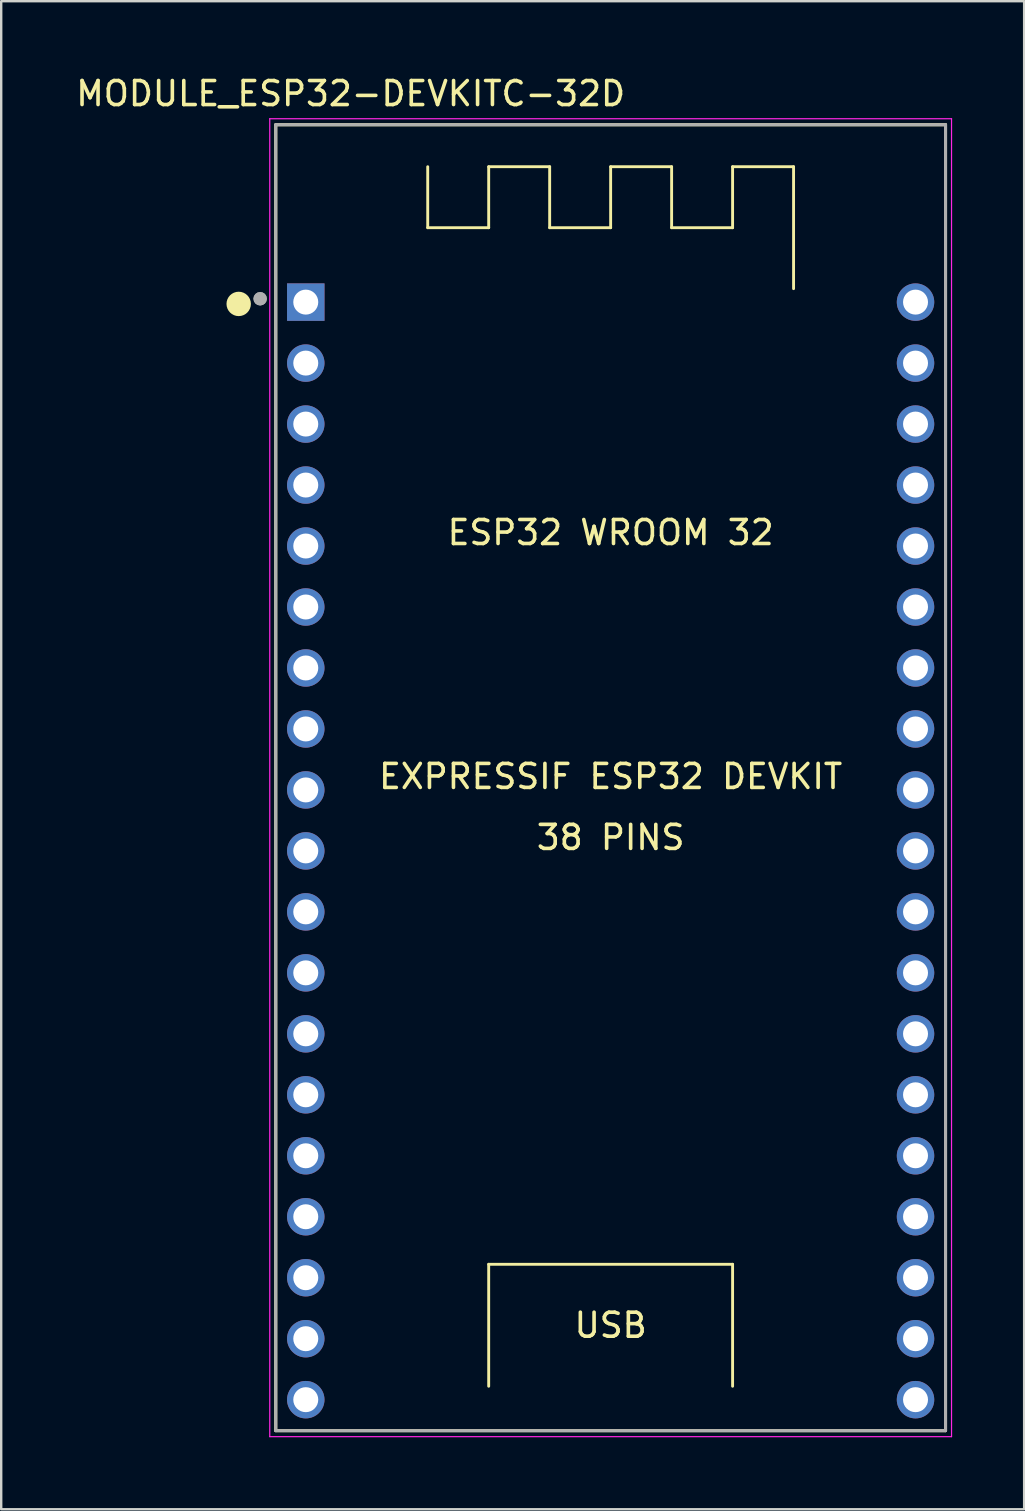
<source format=kicad_pcb>
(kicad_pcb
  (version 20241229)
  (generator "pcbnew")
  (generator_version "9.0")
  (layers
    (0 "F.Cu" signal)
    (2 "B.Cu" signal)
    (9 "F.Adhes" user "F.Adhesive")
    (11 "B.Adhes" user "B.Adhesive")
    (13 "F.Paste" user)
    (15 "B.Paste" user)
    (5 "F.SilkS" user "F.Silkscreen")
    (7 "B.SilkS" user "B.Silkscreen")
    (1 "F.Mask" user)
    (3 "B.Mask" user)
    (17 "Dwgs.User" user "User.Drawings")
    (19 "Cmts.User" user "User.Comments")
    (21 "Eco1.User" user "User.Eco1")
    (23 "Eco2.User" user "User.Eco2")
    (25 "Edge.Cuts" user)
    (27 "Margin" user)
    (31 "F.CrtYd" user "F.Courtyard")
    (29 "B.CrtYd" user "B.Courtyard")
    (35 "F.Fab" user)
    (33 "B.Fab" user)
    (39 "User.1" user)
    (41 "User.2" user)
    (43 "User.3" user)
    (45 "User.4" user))
  (footprint "MODULE_ESP32-DEVKITC-32D"
    (layer "F.Cu")
    (at 22.387 29.295)
    (property "Reference" "MODULE_ESP32-DEVKITC-32D" (at -10.829 -28.446 0) (layer "F.SilkS") (effects (font (size 1 1) (thickness 0.15))))
    (attr through_hole)
    (fp_line (start -13.95 -27.15) (end 13.95 -27.15) (stroke (width 0.127) (type solid)) (layer "F.SilkS"))
    (fp_line (start -13.95 27.25) (end -13.95 -27.15) (stroke (width 0.127) (type solid)) (layer "F.SilkS"))
    (fp_line (start -7.62 -22.86) (end -7.62 -25.4) (stroke (width 0.12) (type solid)) (layer "F.SilkS"))
    (fp_line (start -5.08 -25.4) (end -5.08 -22.86) (stroke (width 0.12) (type solid)) (layer "F.SilkS"))
    (fp_line (start -5.08 -22.86) (end -7.62 -22.86) (stroke (width 0.12) (type solid)) (layer "F.SilkS"))
    (fp_line (start -5.08 20.32) (end 5.08 20.32) (stroke (width 0.12) (type solid)) (layer "F.SilkS"))
    (fp_line (start -5.08 25.4) (end -5.08 20.32) (stroke (width 0.12) (type solid)) (layer "F.SilkS"))
    (fp_line (start -2.54 -25.4) (end -5.08 -25.4) (stroke (width 0.12) (type solid)) (layer "F.SilkS"))
    (fp_line (start -2.54 -22.86) (end -2.54 -25.4) (stroke (width 0.12) (type solid)) (layer "F.SilkS"))
    (fp_line (start 0 -25.4) (end 0 -22.86) (stroke (width 0.12) (type solid)) (layer "F.SilkS"))
    (fp_line (start 0 -22.86) (end -2.54 -22.86) (stroke (width 0.12) (type solid)) (layer "F.SilkS"))
    (fp_line (start 2.54 -25.4) (end 0 -25.4) (stroke (width 0.12) (type solid)) (layer "F.SilkS"))
    (fp_line (start 2.54 -22.86) (end 2.54 -25.4) (stroke (width 0.12) (type solid)) (layer "F.SilkS"))
    (fp_line (start 5.08 -25.4) (end 5.08 -22.86) (stroke (width 0.12) (type solid)) (layer "F.SilkS"))
    (fp_line (start 5.08 -22.86) (end 2.54 -22.86) (stroke (width 0.12) (type solid)) (layer "F.SilkS"))
    (fp_line (start 5.08 20.32) (end 5.08 25.4) (stroke (width 0.12) (type solid)) (layer "F.SilkS"))
    (fp_line (start 7.62 -25.4) (end 5.08 -25.4) (stroke (width 0.12) (type solid)) (layer "F.SilkS"))
    (fp_line (start 7.62 -20.32) (end 7.62 -25.4) (stroke (width 0.12) (type solid)) (layer "F.SilkS"))
    (fp_line (start 13.95 -27.15) (end 13.95 27.25) (stroke (width 0.127) (type solid)) (layer "F.SilkS"))
    (fp_line (start 13.95 27.25) (end -13.95 27.25) (stroke (width 0.127) (type solid)) (layer "F.SilkS"))
    (fp_circle (center -15.494 -19.685) (end -15.24 -19.685) (stroke (width 0.508) (type solid)) (fill no) (layer "F.SilkS"))
    (fp_line (start -14.2 -27.4) (end 14.2 -27.4) (stroke (width 0.05) (type solid)) (layer "F.CrtYd"))
    (fp_line (start -14.2 27.5) (end -14.2 -27.4) (stroke (width 0.05) (type solid)) (layer "F.CrtYd"))
    (fp_line (start 14.2 -27.4) (end 14.2 27.5) (stroke (width 0.05) (type solid)) (layer "F.CrtYd"))
    (fp_line (start 14.2 27.5) (end -14.2 27.5) (stroke (width 0.05) (type solid)) (layer "F.CrtYd"))
    (fp_line (start -13.95 -27.15) (end 13.95 -27.15) (stroke (width 0.127) (type solid)) (layer "F.Fab"))
    (fp_line (start -13.95 27.25) (end -13.95 -27.15) (stroke (width 0.127) (type solid)) (layer "F.Fab"))
    (fp_line (start 13.95 -27.15) (end 13.95 27.25) (stroke (width 0.127) (type solid)) (layer "F.Fab"))
    (fp_line (start 13.95 27.25) (end -13.95 27.25) (stroke (width 0.127) (type solid)) (layer "F.Fab"))
    (fp_circle (center -14.6 -19.9) (end -14.46 -19.9) (stroke (width 0.28) (type solid)) (fill no) (layer "F.Fab"))
    (fp_circle (center -14.6 -19.9) (end -14.46 -19.9) (stroke (width 0.28) (type solid)) (fill no) (layer "F.Fab"))
    (fp_text user "38 PINS" (at 0 2.54 0) (layer "F.SilkS") (effects (font (size 1 1) (thickness 0.15))))
    (fp_text user "USB" (at 0 22.86 0) (layer "F.SilkS") (effects (font (size 1 1) (thickness 0.15))))
    (fp_text user "EXPRESSIF ESP32 DEVKIT" (at 0 0 0) (layer "F.SilkS") (effects (font (size 1 1) (thickness 0.15))))
    (fp_text user "ESP32 WROOM 32" (at 0 -10.16 0) (layer "F.SilkS") (effects (font (size 1 1) (thickness 0.15))))
    (pad "1" thru_hole rect (at -12.7 -19.76) (size 1.56 1.56) (drill 1.04) (layers "*.Cu" "*.Mask"))
    (pad "2" thru_hole circle (at -12.7 -17.22) (size 1.56 1.56) (drill 1.04) (layers "*.Cu" "*.Mask"))
    (pad "3" thru_hole circle (at -12.7 -14.68) (size 1.56 1.56) (drill 1.04) (layers "*.Cu" "*.Mask"))
    (pad "4" thru_hole circle (at -12.7 -12.14) (size 1.56 1.56) (drill 1.04) (layers "*.Cu" "*.Mask"))
    (pad "5" thru_hole circle (at -12.7 -9.6) (size 1.56 1.56) (drill 1.04) (layers "*.Cu" "*.Mask"))
    (pad "6" thru_hole circle (at -12.7 -7.06) (size 1.56 1.56) (drill 1.04) (layers "*.Cu" "*.Mask"))
    (pad "7" thru_hole circle (at -12.7 -4.52) (size 1.56 1.56) (drill 1.04) (layers "*.Cu" "*.Mask"))
    (pad "8" thru_hole circle (at -12.7 -1.98) (size 1.56 1.56) (drill 1.04) (layers "*.Cu" "*.Mask"))
    (pad "9" thru_hole circle (at -12.7 0.56) (size 1.56 1.56) (drill 1.04) (layers "*.Cu" "*.Mask"))
    (pad "10" thru_hole circle (at -12.7 3.1) (size 1.56 1.56) (drill 1.04) (layers "*.Cu" "*.Mask"))
    (pad "11" thru_hole circle (at -12.7 5.64) (size 1.56 1.56) (drill 1.04) (layers "*.Cu" "*.Mask"))
    (pad "12" thru_hole circle (at -12.7 8.18) (size 1.56 1.56) (drill 1.04) (layers "*.Cu" "*.Mask"))
    (pad "13" thru_hole circle (at -12.7 10.72) (size 1.56 1.56) (drill 1.04) (layers "*.Cu" "*.Mask"))
    (pad "14" thru_hole circle (at -12.7 13.26) (size 1.56 1.56) (drill 1.04) (layers "*.Cu" "*.Mask"))
    (pad "15" thru_hole circle (at -12.7 15.8) (size 1.56 1.56) (drill 1.04) (layers "*.Cu" "*.Mask"))
    (pad "16" thru_hole circle (at -12.7 18.34) (size 1.56 1.56) (drill 1.04) (layers "*.Cu" "*.Mask"))
    (pad "17" thru_hole circle (at -12.7 20.88) (size 1.56 1.56) (drill 1.04) (layers "*.Cu" "*.Mask"))
    (pad "18" thru_hole circle (at -12.7 23.42) (size 1.56 1.56) (drill 1.04) (layers "*.Cu" "*.Mask"))
    (pad "19" thru_hole circle (at -12.7 25.96) (size 1.56 1.56) (drill 1.04) (layers "*.Cu" "*.Mask"))
    (pad "20" thru_hole circle (at 12.7 -19.76) (size 1.56 1.56) (drill 1.04) (layers "*.Cu" "*.Mask"))
    (pad "21" thru_hole circle (at 12.7 -17.22) (size 1.56 1.56) (drill 1.04) (layers "*.Cu" "*.Mask"))
    (pad "22" thru_hole circle (at 12.7 -14.68) (size 1.56 1.56) (drill 1.04) (layers "*.Cu" "*.Mask"))
    (pad "23" thru_hole circle (at 12.7 -12.14) (size 1.56 1.56) (drill 1.04) (layers "*.Cu" "*.Mask"))
    (pad "24" thru_hole circle (at 12.7 -9.6) (size 1.56 1.56) (drill 1.04) (layers "*.Cu" "*.Mask"))
    (pad "25" thru_hole circle (at 12.7 -7.06) (size 1.56 1.56) (drill 1.04) (layers "*.Cu" "*.Mask"))
    (pad "26" thru_hole circle (at 12.7 -4.52) (size 1.56 1.56) (drill 1.04) (layers "*.Cu" "*.Mask"))
    (pad "27" thru_hole circle (at 12.7 -1.98) (size 1.56 1.56) (drill 1.04) (layers "*.Cu" "*.Mask"))
    (pad "28" thru_hole circle (at 12.7 0.56) (size 1.56 1.56) (drill 1.04) (layers "*.Cu" "*.Mask"))
    (pad "29" thru_hole circle (at 12.7 3.1) (size 1.56 1.56) (drill 1.04) (layers "*.Cu" "*.Mask"))
    (pad "30" thru_hole circle (at 12.7 5.64) (size 1.56 1.56) (drill 1.04) (layers "*.Cu" "*.Mask"))
    (pad "31" thru_hole circle (at 12.7 8.18) (size 1.56 1.56) (drill 1.04) (layers "*.Cu" "*.Mask"))
    (pad "32" thru_hole circle (at 12.7 10.72) (size 1.56 1.56) (drill 1.04) (layers "*.Cu" "*.Mask"))
    (pad "33" thru_hole circle (at 12.7 13.26) (size 1.56 1.56) (drill 1.04) (layers "*.Cu" "*.Mask"))
    (pad "34" thru_hole circle (at 12.7 15.8) (size 1.56 1.56) (drill 1.04) (layers "*.Cu" "*.Mask"))
    (pad "35" thru_hole circle (at 12.7 18.34) (size 1.56 1.56) (drill 1.04) (layers "*.Cu" "*.Mask"))
    (pad "36" thru_hole circle (at 12.7 20.88) (size 1.56 1.56) (drill 1.04) (layers "*.Cu" "*.Mask"))
    (pad "37" thru_hole circle (at 12.7 23.42) (size 1.56 1.56) (drill 1.04) (layers "*.Cu" "*.Mask"))
    (pad "38" thru_hole circle (at 12.7 25.96) (size 1.56 1.56) (drill 1.04) (layers "*.Cu" "*.Mask")))
  (gr_rect
    (start -3 -3)
    (end 39.612 59.82)
    (stroke (width 0.1) (type default))
    (fill no)
    (layer "Edge.Cuts")))
</source>
